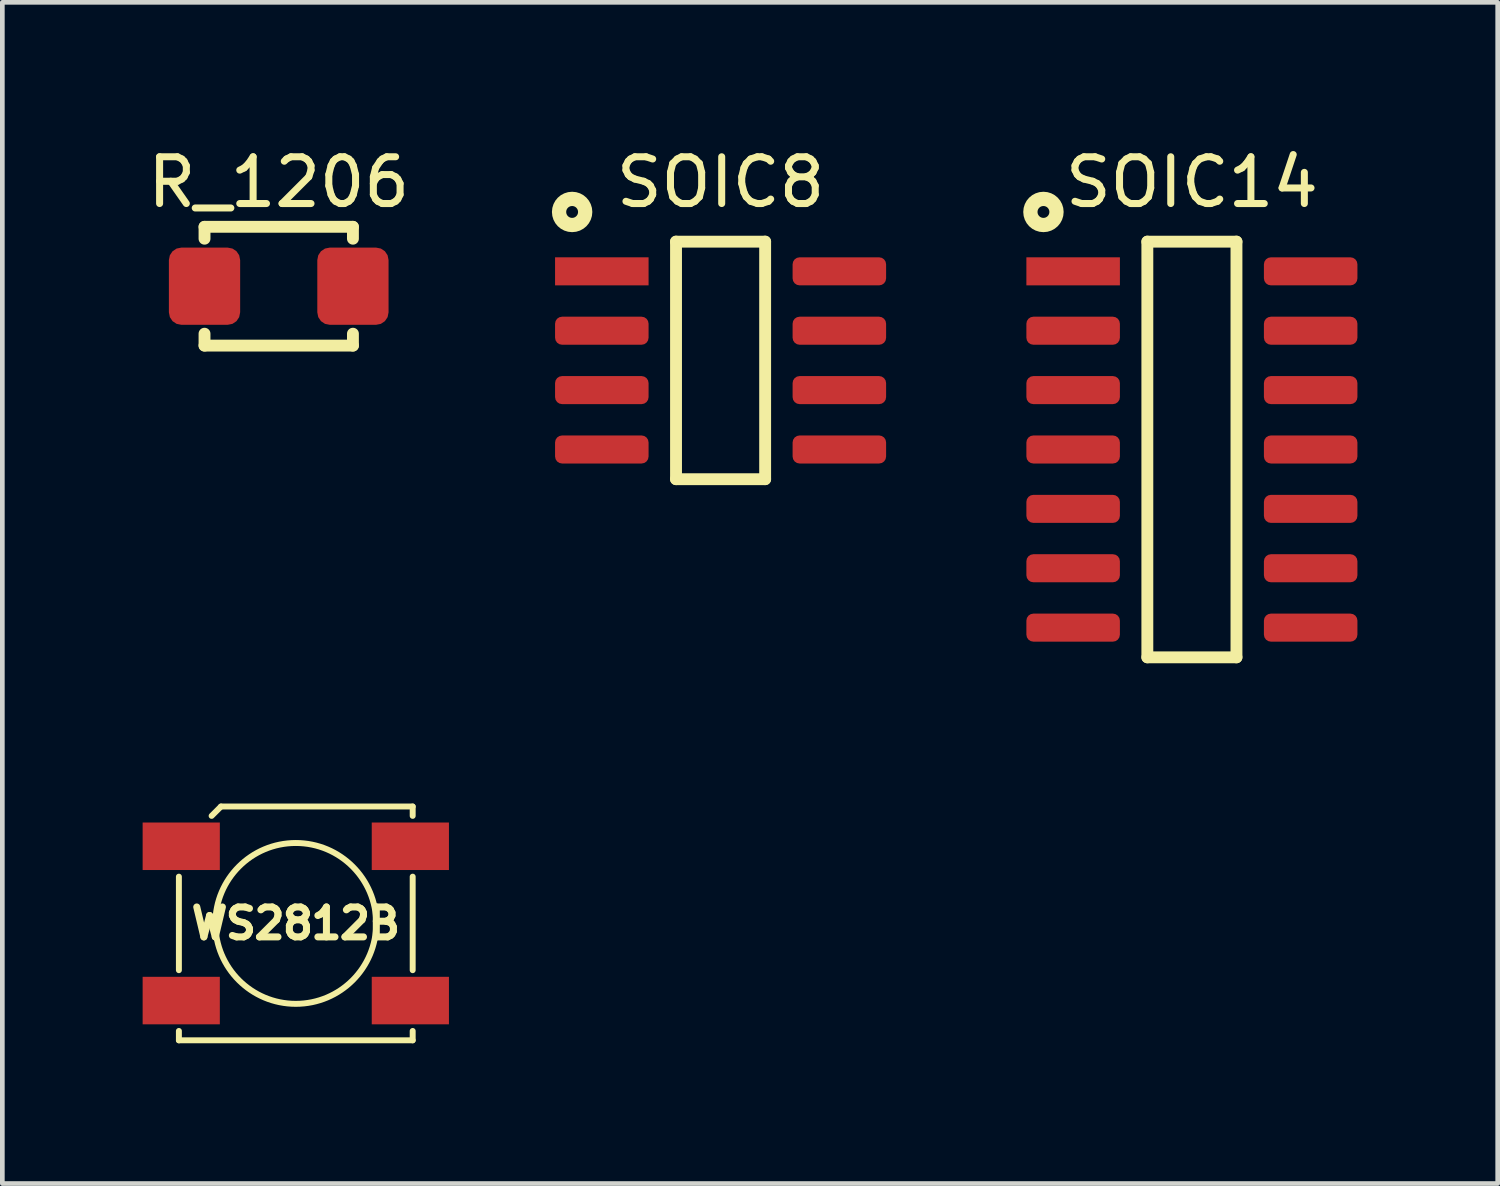
<source format=kicad_pcb>
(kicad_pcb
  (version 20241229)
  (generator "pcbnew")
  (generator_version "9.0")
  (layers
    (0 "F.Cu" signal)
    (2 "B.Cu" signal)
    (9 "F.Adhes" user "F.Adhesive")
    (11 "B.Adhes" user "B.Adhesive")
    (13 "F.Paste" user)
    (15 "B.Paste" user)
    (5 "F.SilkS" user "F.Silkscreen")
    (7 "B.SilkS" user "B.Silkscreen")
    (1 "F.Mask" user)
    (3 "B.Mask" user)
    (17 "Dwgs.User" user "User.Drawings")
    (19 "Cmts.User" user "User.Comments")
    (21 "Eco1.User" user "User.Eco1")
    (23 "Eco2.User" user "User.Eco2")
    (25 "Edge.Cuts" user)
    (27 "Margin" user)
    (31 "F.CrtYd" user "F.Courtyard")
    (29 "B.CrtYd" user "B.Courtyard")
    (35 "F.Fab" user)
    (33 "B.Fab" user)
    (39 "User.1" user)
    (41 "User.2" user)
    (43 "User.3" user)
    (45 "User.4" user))
  (footprint "SOIC8"
    (layer "F.Cu")
    (at 12.361 4.658)
    (property "Reference" "SOIC8" (at 0 -3.81 0) (layer "F.SilkS") (effects (font (size 1 1) (thickness 0.15))))
    (attr smd)
    (fp_line (start -0.953 2.54) (end -0.953 -2.54) (stroke (width 0.254) (type solid)) (layer "F.SilkS"))
    (fp_line (start 0.953 -2.54) (end -0.953 -2.54) (stroke (width 0.254) (type solid)) (layer "F.SilkS"))
    (fp_line (start 0.953 -2.54) (end 0.953 2.54) (stroke (width 0.254) (type solid)) (layer "F.SilkS"))
    (fp_line (start 0.953 2.54) (end -0.953 2.54) (stroke (width 0.254) (type solid)) (layer "F.SilkS"))
    (fp_circle (center -3.175 -3.175) (end -3.048 -3.175) (stroke (width 0.305) (type solid)) (fill no) (layer "F.SilkS"))
    (pad "1" smd rect (at -2.54 -1.905) (size 2 0.6) (layers "F.Cu" "F.Mask"))
    (pad "2" smd roundrect (at -2.54 -0.635) (size 2 0.6) (layers "F.Cu" "F.Mask") (roundrect_rratio 0.25))
    (pad "3" smd roundrect (at -2.54 0.635) (size 2 0.6) (layers "F.Cu" "F.Mask") (roundrect_rratio 0.25))
    (pad "4" smd roundrect (at -2.54 1.905) (size 2 0.6) (layers "F.Cu" "F.Mask") (roundrect_rratio 0.25))
    (pad "5" smd roundrect (at 2.54 1.905) (size 2 0.6) (layers "F.Cu" "F.Mask") (roundrect_rratio 0.25))
    (pad "6" smd roundrect (at 2.54 0.635) (size 2 0.6) (layers "F.Cu" "F.Mask") (roundrect_rratio 0.25))
    (pad "7" smd roundrect (at 2.54 -0.635) (size 2 0.6) (layers "F.Cu" "F.Mask") (roundrect_rratio 0.25))
    (pad "8" smd roundrect (at 2.54 -1.905) (size 2 0.6) (layers "F.Cu" "F.Mask") (roundrect_rratio 0.25)))
  (footprint "WS2812B"
    (layer "F.Cu")
    (at 3.276 16.699)
    (property "Reference" "WS2812B" (at 0 0 180) (layer "F.SilkS") (effects (font (size 0.64 0.64) (thickness 0.15))))
    (attr smd)
    (fp_line (start -2.5 1) (end -2.5 -1) (stroke (width 0.127) (type solid)) (layer "F.SilkS"))
    (fp_line (start -2.5 2.3) (end -2.5 2.5) (stroke (width 0.127) (type solid)) (layer "F.SilkS"))
    (fp_line (start -1.8 -2.3) (end -1.6 -2.5) (stroke (width 0.127) (type solid)) (layer "F.SilkS"))
    (fp_line (start -1.6 -2.5) (end 2.5 -2.5) (stroke (width 0.127) (type solid)) (layer "F.SilkS"))
    (fp_line (start 2.5 -2.5) (end 2.5 -2.3) (stroke (width 0.127) (type solid)) (layer "F.SilkS"))
    (fp_line (start 2.5 -1) (end 2.5 1) (stroke (width 0.127) (type solid)) (layer "F.SilkS"))
    (fp_line (start 2.5 2.3) (end 2.5 2.5) (stroke (width 0.127) (type solid)) (layer "F.SilkS"))
    (fp_line (start 2.5 2.5) (end -2.5 2.5) (stroke (width 0.127) (type solid)) (layer "F.SilkS"))
    (fp_circle (center 0 0) (end 1.72 0) (stroke (width 0.127) (type solid)) (fill no) (layer "F.SilkS"))
    (pad "1-VDD" smd rect (at 2.45 1.65) (size 1.651 1.016) (layers "F.Cu" "F.Mask"))
    (pad "2-DOUT" smd rect (at 2.45 -1.65) (size 1.651 1.016) (layers "F.Cu" "F.Mask"))
    (pad "3-GND" smd rect (at -2.45 -1.65) (size 1.651 1.016) (layers "F.Cu" "F.Mask"))
    (pad "4-DIN" smd rect (at -2.45 1.65) (size 1.651 1.016) (layers "F.Cu" "F.Mask")))
  (footprint "SOIC14"
    (layer "F.Cu")
    (at 22.441 4.658)
    (property "Reference" "SOIC14" (at 0 -3.81 0) (layer "F.SilkS") (effects (font (size 1 1) (thickness 0.15))))
    (attr smd)
    (fp_line (start -0.953 6.35) (end -0.953 -2.54) (stroke (width 0.254) (type solid)) (layer "F.SilkS"))
    (fp_line (start 0.953 -2.54) (end -0.953 -2.54) (stroke (width 0.254) (type solid)) (layer "F.SilkS"))
    (fp_line (start 0.953 -2.54) (end 0.953 6.35) (stroke (width 0.254) (type solid)) (layer "F.SilkS"))
    (fp_line (start 0.953 6.35) (end -0.953 6.35) (stroke (width 0.254) (type solid)) (layer "F.SilkS"))
    (fp_circle (center -3.175 -3.175) (end -3.048 -3.175) (stroke (width 0.305) (type solid)) (fill no) (layer "F.SilkS"))
    (pad "1" smd rect (at -2.54 -1.905) (size 2 0.6) (layers "F.Cu" "F.Mask"))
    (pad "2" smd roundrect (at -2.54 -0.635) (size 2 0.6) (layers "F.Cu" "F.Mask") (roundrect_rratio 0.25))
    (pad "3" smd roundrect (at -2.54 0.635) (size 2 0.6) (layers "F.Cu" "F.Mask") (roundrect_rratio 0.25))
    (pad "4" smd roundrect (at -2.54 1.905) (size 2 0.6) (layers "F.Cu" "F.Mask") (roundrect_rratio 0.25))
    (pad "5" smd roundrect (at -2.54 3.175) (size 2 0.6) (layers "F.Cu" "F.Mask") (roundrect_rratio 0.25))
    (pad "6" smd roundrect (at -2.54 4.445) (size 2 0.6) (layers "F.Cu" "F.Mask") (roundrect_rratio 0.25))
    (pad "7" smd roundrect (at -2.54 5.715) (size 2 0.6) (layers "F.Cu" "F.Mask") (roundrect_rratio 0.25))
    (pad "8" smd roundrect (at 2.54 5.715) (size 2 0.6) (layers "F.Cu" "F.Mask") (roundrect_rratio 0.25))
    (pad "9" smd roundrect (at 2.54 4.445) (size 2 0.6) (layers "F.Cu" "F.Mask") (roundrect_rratio 0.25))
    (pad "10" smd roundrect (at 2.54 3.175) (size 2 0.6) (layers "F.Cu" "F.Mask") (roundrect_rratio 0.25))
    (pad "11" smd roundrect (at 2.54 1.905) (size 2 0.6) (layers "F.Cu" "F.Mask") (roundrect_rratio 0.25))
    (pad "12" smd roundrect (at 2.54 0.635) (size 2 0.6) (layers "F.Cu" "F.Mask") (roundrect_rratio 0.25))
    (pad "13" smd roundrect (at 2.54 -0.635) (size 2 0.6) (layers "F.Cu" "F.Mask") (roundrect_rratio 0.25))
    (pad "14" smd roundrect (at 2.54 -1.905) (size 2 0.6) (layers "F.Cu" "F.Mask") (roundrect_rratio 0.25)))
  (footprint "R_1206"
    (layer "F.Cu")
    (at 2.911 3.071)
    (property "Reference" "R_1206" (at 0 -2.223 0) (layer "F.SilkS") (effects (font (size 1 1) (thickness 0.15))))
    (attr smd)
    (fp_line (start -1.587 -1.27) (end -1.587 -1.016) (stroke (width 0.254) (type solid)) (layer "F.SilkS"))
    (fp_line (start -1.587 -1.27) (end 1.587 -1.27) (stroke (width 0.254) (type solid)) (layer "F.SilkS"))
    (fp_line (start -1.587 1.016) (end -1.587 1.27) (stroke (width 0.254) (type solid)) (layer "F.SilkS"))
    (fp_line (start -1.587 1.27) (end 1.587 1.27) (stroke (width 0.254) (type solid)) (layer "F.SilkS"))
    (fp_line (start 1.587 -1.27) (end 1.587 -1.016) (stroke (width 0.254) (type solid)) (layer "F.SilkS"))
    (fp_line (start 1.587 1.016) (end 1.587 1.27) (stroke (width 0.254) (type solid)) (layer "F.SilkS"))
    (pad "1" smd roundrect (at -1.587 0) (size 1.524 1.651) (layers "F.Cu" "F.Mask") (roundrect_rratio 0.175))
    (pad "2" smd roundrect (at 1.587 0) (size 1.524 1.651) (layers "F.Cu" "F.Mask") (roundrect_rratio 0.175)))
  (gr_rect
    (start -3 -3)
    (end 28.981 22.262)
    (stroke (width 0.1) (type default))
    (fill no)
    (layer "Edge.Cuts")))
</source>
